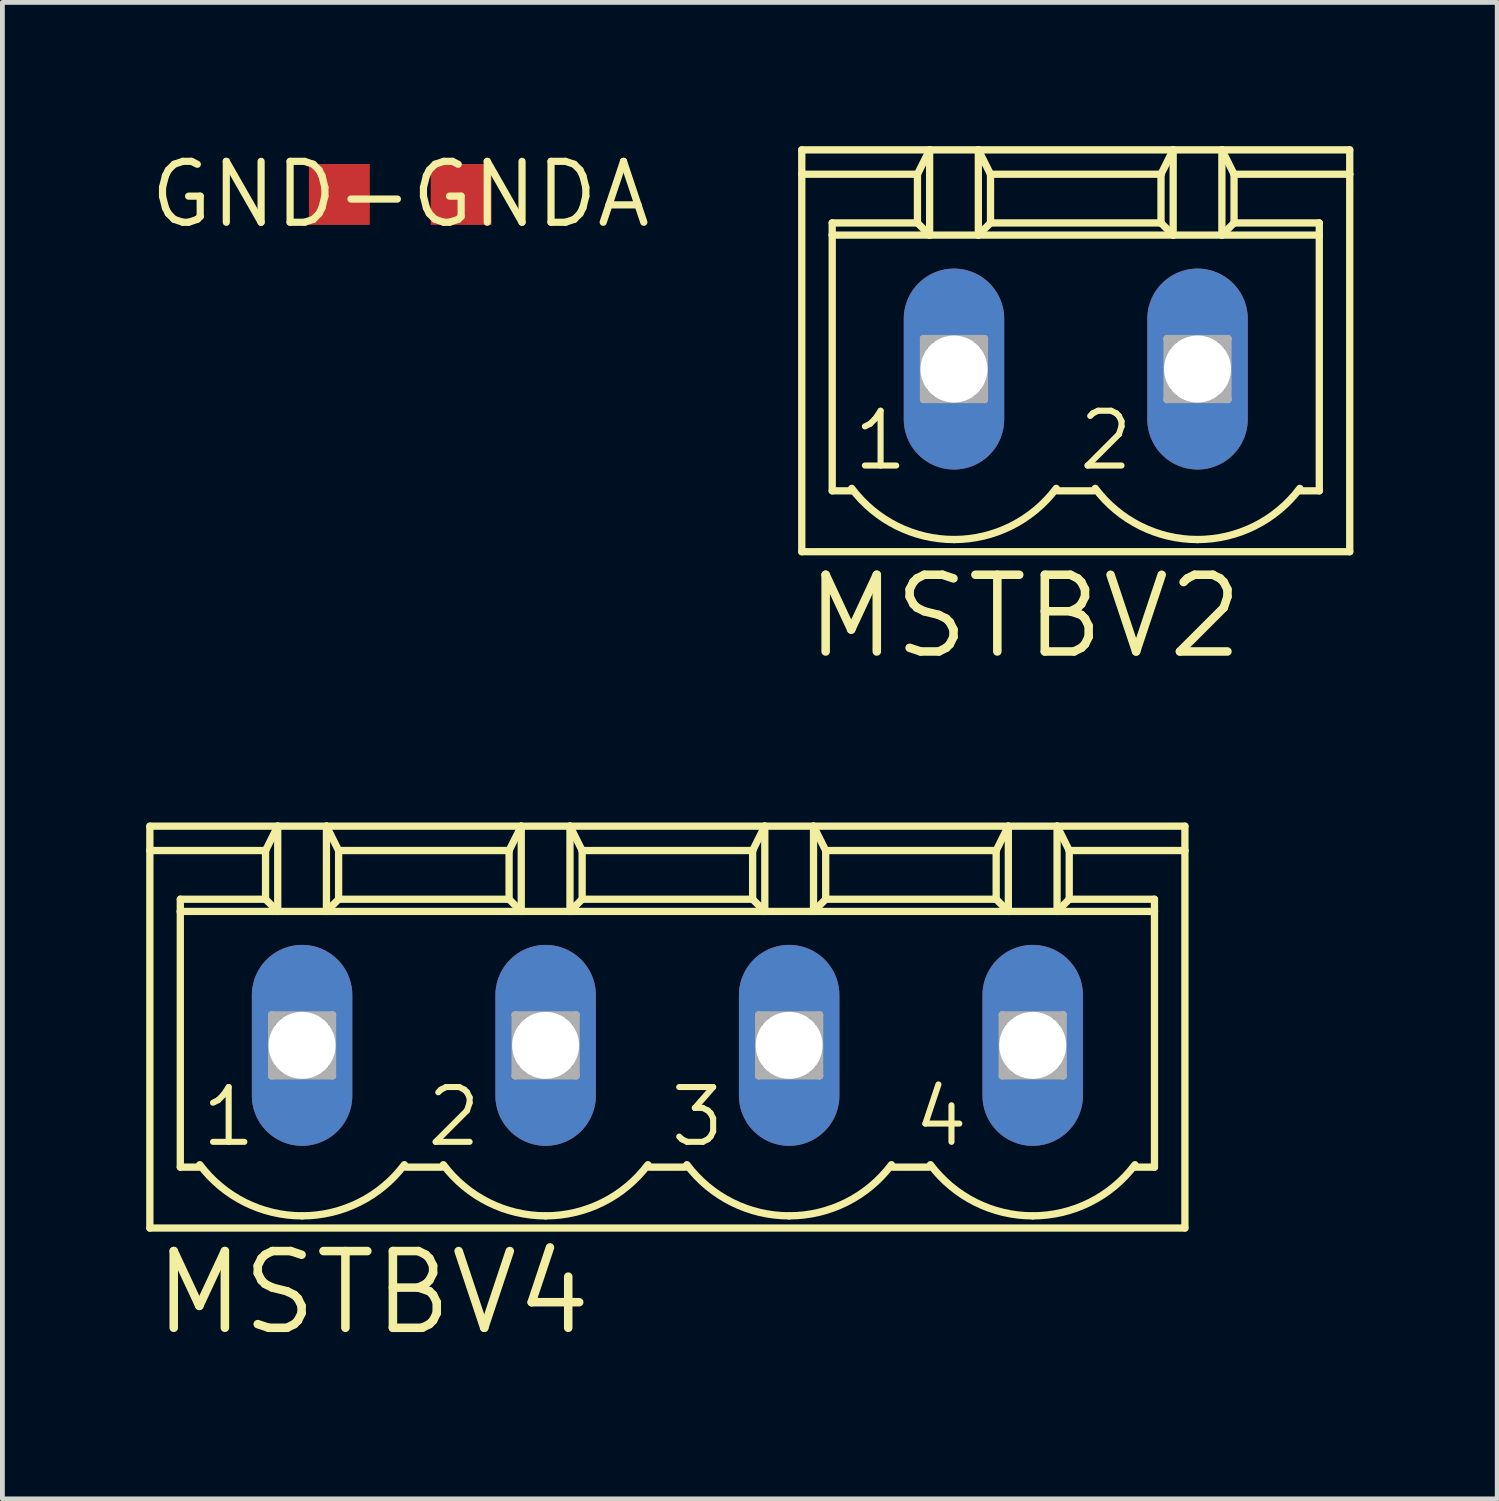
<source format=kicad_pcb>
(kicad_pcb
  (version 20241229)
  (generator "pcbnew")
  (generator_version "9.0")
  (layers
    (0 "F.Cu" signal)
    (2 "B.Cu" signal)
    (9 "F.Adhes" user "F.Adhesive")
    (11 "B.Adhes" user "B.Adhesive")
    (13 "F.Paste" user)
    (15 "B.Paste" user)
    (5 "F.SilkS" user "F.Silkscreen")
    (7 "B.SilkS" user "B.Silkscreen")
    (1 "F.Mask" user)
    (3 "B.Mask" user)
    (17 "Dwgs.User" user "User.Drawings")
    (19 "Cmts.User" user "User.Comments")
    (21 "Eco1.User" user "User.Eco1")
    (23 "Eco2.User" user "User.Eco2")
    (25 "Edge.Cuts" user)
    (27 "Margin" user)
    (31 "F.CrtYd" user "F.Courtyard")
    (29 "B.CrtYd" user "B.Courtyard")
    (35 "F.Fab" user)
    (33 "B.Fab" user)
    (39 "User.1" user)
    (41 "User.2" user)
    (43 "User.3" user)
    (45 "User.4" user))
  (footprint "GND-GNDA"
    (layer "F.Cu")
    (at 5.299 1.006)
    (property "Reference" "GND-GNDA" (at 0 0 0) (layer "F.SilkS") (effects (font (size 1.27 1.27) (thickness 0.15))))
    (pad "GND" smd rect (at -1.27 0) (size 1.27 1.27) (layers "F.Cu" "F.Mask" "F.Paste"))
    (pad "GNDA" smd rect (at 1.27 0) (size 1.27 1.27) (layers "F.Cu" "F.Mask" "F.Paste"))
    (zone (net_name "") (layer "F.Cu") (hatch edge 0.5) (connect_pads) (min_thickness 0.25) (filled_areas_thickness no) (keepout (tracks not_allowed) (vias not_allowed) (pads not_allowed) (copperpour not_allowed) (footprints allowed)) (placement (enabled no)) (fill) (polygon (pts (xy 4.699 1.641) (xy 5.899 1.641) (xy 5.899 0.371) (xy 4.699 0.371)))))
  (footprint "MSTBV4"
    (layer "F.Cu")
    (at 10.871 18.755)
    (property "Reference" "MSTBV4" (at -10.795 6.096 0) (layer "F.SilkS") (effects (font (size 1.6 1.6) (thickness 0.178)) (justify left bottom)))
    (fp_line (start -10.795 -4.572) (end -10.795 -4.064) (stroke (width 0.152) (type solid)) (layer "F.SilkS"))
    (fp_line (start -10.795 -4.572) (end -8.128 -4.572) (stroke (width 0.152) (type solid)) (layer "F.SilkS"))
    (fp_line (start -10.795 -4.064) (end -10.795 3.81) (stroke (width 0.152) (type solid)) (layer "F.SilkS"))
    (fp_line (start -10.795 -4.064) (end -8.382 -4.064) (stroke (width 0.152) (type solid)) (layer "F.SilkS"))
    (fp_line (start -10.795 3.81) (end 10.795 3.81) (stroke (width 0.152) (type solid)) (layer "F.SilkS"))
    (fp_line (start -10.16 -2.794) (end -10.16 -3.048) (stroke (width 0.152) (type solid)) (layer "F.SilkS"))
    (fp_line (start -10.16 -2.794) (end -8.128 -2.794) (stroke (width 0.152) (type solid)) (layer "F.SilkS"))
    (fp_line (start -10.16 2.54) (end -10.16 -2.794) (stroke (width 0.152) (type solid)) (layer "F.SilkS"))
    (fp_line (start -10.16 2.54) (end -9.728 2.54) (stroke (width 0.152) (type solid)) (layer "F.SilkS"))
    (fp_line (start -8.382 -4.064) (end -8.382 -3.048) (stroke (width 0.152) (type solid)) (layer "F.SilkS"))
    (fp_line (start -8.382 -4.064) (end -8.128 -4.572) (stroke (width 0.152) (type solid)) (layer "F.SilkS"))
    (fp_line (start -8.382 -3.048) (end -10.16 -3.048) (stroke (width 0.152) (type solid)) (layer "F.SilkS"))
    (fp_line (start -8.382 -3.048) (end -8.128 -2.794) (stroke (width 0.152) (type solid)) (layer "F.SilkS"))
    (fp_line (start -8.128 -4.572) (end -7.112 -4.572) (stroke (width 0.152) (type solid)) (layer "F.SilkS"))
    (fp_line (start -8.128 -2.794) (end -8.128 -4.572) (stroke (width 0.152) (type solid)) (layer "F.SilkS"))
    (fp_line (start -8.128 -2.794) (end -7.112 -2.794) (stroke (width 0.152) (type solid)) (layer "F.SilkS"))
    (fp_line (start -7.112 -4.572) (end -6.858 -4.064) (stroke (width 0.152) (type solid)) (layer "F.SilkS"))
    (fp_line (start -7.112 -4.572) (end -3.048 -4.572) (stroke (width 0.152) (type solid)) (layer "F.SilkS"))
    (fp_line (start -7.112 -2.794) (end -7.112 -4.572) (stroke (width 0.152) (type solid)) (layer "F.SilkS"))
    (fp_line (start -7.112 -2.794) (end -3.048 -2.794) (stroke (width 0.152) (type solid)) (layer "F.SilkS"))
    (fp_line (start -6.858 -4.064) (end -6.858 -3.048) (stroke (width 0.152) (type solid)) (layer "F.SilkS"))
    (fp_line (start -6.858 -4.064) (end -3.302 -4.064) (stroke (width 0.152) (type solid)) (layer "F.SilkS"))
    (fp_line (start -6.858 -3.048) (end -7.112 -2.794) (stroke (width 0.152) (type solid)) (layer "F.SilkS"))
    (fp_line (start -5.461 2.54) (end -4.699 2.54) (stroke (width 0.152) (type solid)) (layer "F.SilkS"))
    (fp_line (start -3.302 -4.064) (end -3.302 -3.048) (stroke (width 0.152) (type solid)) (layer "F.SilkS"))
    (fp_line (start -3.302 -4.064) (end -3.048 -4.572) (stroke (width 0.152) (type solid)) (layer "F.SilkS"))
    (fp_line (start -3.302 -3.048) (end -6.858 -3.048) (stroke (width 0.152) (type solid)) (layer "F.SilkS"))
    (fp_line (start -3.302 -3.048) (end -3.048 -2.794) (stroke (width 0.152) (type solid)) (layer "F.SilkS"))
    (fp_line (start -3.048 -4.572) (end -2.032 -4.572) (stroke (width 0.152) (type solid)) (layer "F.SilkS"))
    (fp_line (start -3.048 -2.794) (end -3.048 -4.572) (stroke (width 0.152) (type solid)) (layer "F.SilkS"))
    (fp_line (start -3.048 -2.794) (end -2.032 -2.794) (stroke (width 0.152) (type solid)) (layer "F.SilkS"))
    (fp_line (start -2.032 -4.572) (end -1.778 -4.064) (stroke (width 0.152) (type solid)) (layer "F.SilkS"))
    (fp_line (start -2.032 -4.572) (end 2.032 -4.572) (stroke (width 0.152) (type solid)) (layer "F.SilkS"))
    (fp_line (start -2.032 -2.794) (end -2.032 -4.572) (stroke (width 0.152) (type solid)) (layer "F.SilkS"))
    (fp_line (start -2.032 -2.794) (end 2.032 -2.794) (stroke (width 0.152) (type solid)) (layer "F.SilkS"))
    (fp_line (start -1.778 -4.064) (end -1.778 -3.048) (stroke (width 0.152) (type solid)) (layer "F.SilkS"))
    (fp_line (start -1.778 -4.064) (end 1.778 -4.064) (stroke (width 0.152) (type solid)) (layer "F.SilkS"))
    (fp_line (start -1.778 -3.048) (end -2.032 -2.794) (stroke (width 0.152) (type solid)) (layer "F.SilkS"))
    (fp_line (start -0.381 2.54) (end 0.381 2.54) (stroke (width 0.152) (type solid)) (layer "F.SilkS"))
    (fp_line (start 1.778 -4.064) (end 1.778 -3.048) (stroke (width 0.152) (type solid)) (layer "F.SilkS"))
    (fp_line (start 1.778 -4.064) (end 2.032 -4.572) (stroke (width 0.152) (type solid)) (layer "F.SilkS"))
    (fp_line (start 1.778 -3.048) (end -1.778 -3.048) (stroke (width 0.152) (type solid)) (layer "F.SilkS"))
    (fp_line (start 1.778 -3.048) (end 2.032 -2.794) (stroke (width 0.152) (type solid)) (layer "F.SilkS"))
    (fp_line (start 2.032 -4.572) (end 3.048 -4.572) (stroke (width 0.152) (type solid)) (layer "F.SilkS"))
    (fp_line (start 2.032 -2.794) (end 2.032 -4.572) (stroke (width 0.152) (type solid)) (layer "F.SilkS"))
    (fp_line (start 2.032 -2.794) (end 3.048 -2.794) (stroke (width 0.152) (type solid)) (layer "F.SilkS"))
    (fp_line (start 3.048 -4.572) (end 3.302 -4.064) (stroke (width 0.152) (type solid)) (layer "F.SilkS"))
    (fp_line (start 3.048 -4.572) (end 7.112 -4.572) (stroke (width 0.152) (type solid)) (layer "F.SilkS"))
    (fp_line (start 3.048 -2.794) (end 3.048 -4.572) (stroke (width 0.152) (type solid)) (layer "F.SilkS"))
    (fp_line (start 3.048 -2.794) (end 7.112 -2.794) (stroke (width 0.152) (type solid)) (layer "F.SilkS"))
    (fp_line (start 3.302 -4.064) (end 3.302 -3.048) (stroke (width 0.152) (type solid)) (layer "F.SilkS"))
    (fp_line (start 3.302 -4.064) (end 6.858 -4.064) (stroke (width 0.152) (type solid)) (layer "F.SilkS"))
    (fp_line (start 3.302 -3.048) (end 3.048 -2.794) (stroke (width 0.152) (type solid)) (layer "F.SilkS"))
    (fp_line (start 3.302 -3.048) (end 6.858 -3.048) (stroke (width 0.152) (type solid)) (layer "F.SilkS"))
    (fp_line (start 4.699 2.54) (end 5.461 2.54) (stroke (width 0.152) (type solid)) (layer "F.SilkS"))
    (fp_line (start 6.858 -4.064) (end 6.858 -3.048) (stroke (width 0.152) (type solid)) (layer "F.SilkS"))
    (fp_line (start 6.858 -4.064) (end 7.112 -4.572) (stroke (width 0.152) (type solid)) (layer "F.SilkS"))
    (fp_line (start 6.858 -3.048) (end 7.112 -2.794) (stroke (width 0.152) (type solid)) (layer "F.SilkS"))
    (fp_line (start 7.112 -4.572) (end 8.128 -4.572) (stroke (width 0.152) (type solid)) (layer "F.SilkS"))
    (fp_line (start 7.112 -2.794) (end 7.112 -4.572) (stroke (width 0.152) (type solid)) (layer "F.SilkS"))
    (fp_line (start 7.112 -2.794) (end 8.128 -2.794) (stroke (width 0.152) (type solid)) (layer "F.SilkS"))
    (fp_line (start 8.128 -4.572) (end 8.382 -4.064) (stroke (width 0.152) (type solid)) (layer "F.SilkS"))
    (fp_line (start 8.128 -4.572) (end 10.795 -4.572) (stroke (width 0.152) (type solid)) (layer "F.SilkS"))
    (fp_line (start 8.128 -2.794) (end 8.128 -4.572) (stroke (width 0.152) (type solid)) (layer "F.SilkS"))
    (fp_line (start 8.128 -2.794) (end 10.16 -2.794) (stroke (width 0.152) (type solid)) (layer "F.SilkS"))
    (fp_line (start 8.382 -4.064) (end 8.382 -3.048) (stroke (width 0.152) (type solid)) (layer "F.SilkS"))
    (fp_line (start 8.382 -4.064) (end 10.795 -4.064) (stroke (width 0.152) (type solid)) (layer "F.SilkS"))
    (fp_line (start 8.382 -3.048) (end 8.128 -2.794) (stroke (width 0.152) (type solid)) (layer "F.SilkS"))
    (fp_line (start 8.382 -3.048) (end 10.16 -3.048) (stroke (width 0.152) (type solid)) (layer "F.SilkS"))
    (fp_line (start 9.728 2.54) (end 10.16 2.54) (stroke (width 0.152) (type solid)) (layer "F.SilkS"))
    (fp_line (start 10.16 -3.048) (end 10.16 -2.794) (stroke (width 0.152) (type solid)) (layer "F.SilkS"))
    (fp_line (start 10.16 -2.794) (end 10.16 2.54) (stroke (width 0.152) (type solid)) (layer "F.SilkS"))
    (fp_line (start 10.795 -4.064) (end 10.795 -4.572) (stroke (width 0.152) (type solid)) (layer "F.SilkS"))
    (fp_line (start 10.795 3.81) (end 10.795 -4.064) (stroke (width 0.152) (type solid)) (layer "F.SilkS"))
    (fp_arc (start -7.619999 3.556) (mid -8.812718 3.274437) (end -9.7536 2.4892) (stroke (width 0.1524) (type solid)) (layer "F.SilkS"))
    (fp_arc (start -5.486399 2.4892) (mid -6.427281 3.274438) (end -7.62 3.556) (stroke (width 0.1524) (type solid)) (layer "F.SilkS"))
    (fp_arc (start -2.539999 3.556) (mid -3.732718 3.274437) (end -4.6736 2.4892) (stroke (width 0.1524) (type solid)) (layer "F.SilkS"))
    (fp_arc (start -0.406399 2.4892) (mid -1.347281 3.274438) (end -2.54 3.556) (stroke (width 0.1524) (type solid)) (layer "F.SilkS"))
    (fp_arc (start 2.540001 3.556) (mid 1.347282 3.274438) (end 0.4064 2.4892) (stroke (width 0.1524) (type solid)) (layer "F.SilkS"))
    (fp_arc (start 4.6736 2.489199) (mid 3.732719 3.274437) (end 2.54 3.556) (stroke (width 0.1524) (type solid)) (layer "F.SilkS"))
    (fp_arc (start 7.620001 3.556) (mid 6.427282 3.274438) (end 5.4864 2.4892) (stroke (width 0.1524) (type solid)) (layer "F.SilkS"))
    (fp_arc (start 9.7536 2.489199) (mid 8.812719 3.274437) (end 7.62 3.556) (stroke (width 0.1524) (type solid)) (layer "F.SilkS"))
    (fp_line (start -8.255 -0.635) (end -8.255 0.635) (stroke (width 0.152) (type solid)) (layer "F.Fab"))
    (fp_line (start -8.255 -0.635) (end -6.985 0.635) (stroke (width 0.152) (type solid)) (layer "F.Fab"))
    (fp_line (start -8.255 0.635) (end -6.985 -0.635) (stroke (width 0.152) (type solid)) (layer "F.Fab"))
    (fp_line (start -8.255 0.635) (end -6.985 0.635) (stroke (width 0.152) (type solid)) (layer "F.Fab"))
    (fp_line (start -6.985 -0.635) (end -8.255 -0.635) (stroke (width 0.152) (type solid)) (layer "F.Fab"))
    (fp_line (start -6.985 0.635) (end -6.985 -0.635) (stroke (width 0.152) (type solid)) (layer "F.Fab"))
    (fp_line (start -3.175 -0.635) (end -3.175 0.635) (stroke (width 0.152) (type solid)) (layer "F.Fab"))
    (fp_line (start -3.175 -0.635) (end -1.905 0.635) (stroke (width 0.152) (type solid)) (layer "F.Fab"))
    (fp_line (start -3.175 0.635) (end -1.905 -0.635) (stroke (width 0.152) (type solid)) (layer "F.Fab"))
    (fp_line (start -3.175 0.635) (end -1.905 0.635) (stroke (width 0.152) (type solid)) (layer "F.Fab"))
    (fp_line (start -1.905 -0.635) (end -3.175 -0.635) (stroke (width 0.152) (type solid)) (layer "F.Fab"))
    (fp_line (start -1.905 0.635) (end -1.905 -0.635) (stroke (width 0.152) (type solid)) (layer "F.Fab"))
    (fp_line (start 1.905 -0.635) (end 1.905 0.635) (stroke (width 0.152) (type solid)) (layer "F.Fab"))
    (fp_line (start 1.905 -0.635) (end 3.175 0.635) (stroke (width 0.152) (type solid)) (layer "F.Fab"))
    (fp_line (start 1.905 0.635) (end 3.175 -0.635) (stroke (width 0.152) (type solid)) (layer "F.Fab"))
    (fp_line (start 1.905 0.635) (end 3.175 0.635) (stroke (width 0.152) (type solid)) (layer "F.Fab"))
    (fp_line (start 3.175 -0.635) (end 1.905 -0.635) (stroke (width 0.152) (type solid)) (layer "F.Fab"))
    (fp_line (start 3.175 0.635) (end 3.175 -0.635) (stroke (width 0.152) (type solid)) (layer "F.Fab"))
    (fp_line (start 6.985 -0.635) (end 6.985 0.635) (stroke (width 0.152) (type solid)) (layer "F.Fab"))
    (fp_line (start 6.985 -0.635) (end 8.255 0.635) (stroke (width 0.152) (type solid)) (layer "F.Fab"))
    (fp_line (start 6.985 0.635) (end 8.255 -0.635) (stroke (width 0.152) (type solid)) (layer "F.Fab"))
    (fp_line (start 6.985 0.635) (end 8.255 0.635) (stroke (width 0.152) (type solid)) (layer "F.Fab"))
    (fp_line (start 8.255 -0.635) (end 6.985 -0.635) (stroke (width 0.152) (type solid)) (layer "F.Fab"))
    (fp_line (start 8.255 0.635) (end 8.255 -0.635) (stroke (width 0.152) (type solid)) (layer "F.Fab"))
    (fp_text user "3" (at 0 2.159 0) (layer "F.SilkS") (effects (font (size 1.143 1.143) (thickness 0.127)) (justify left bottom)))
    (fp_text user "2" (at -5.08 2.159 0) (layer "F.SilkS") (effects (font (size 1.143 1.143) (thickness 0.127)) (justify left bottom)))
    (fp_text user "4" (at 5.08 2.159 0) (layer "F.SilkS") (effects (font (size 1.143 1.143) (thickness 0.127)) (justify left bottom)))
    (fp_text user "1" (at -9.779 2.159 0) (layer "F.SilkS") (effects (font (size 1.143 1.143) (thickness 0.127)) (justify left bottom)))
    (pad "1" thru_hole oval (at -7.62 0 90) (size 4.191 2.095) (drill 1.397) (layers "*.Cu" "*.Mask"))
    (pad "2" thru_hole oval (at -2.54 0 90) (size 4.191 2.095) (drill 1.397) (layers "*.Cu" "*.Mask"))
    (pad "3" thru_hole oval (at 2.54 0 90) (size 4.191 2.095) (drill 1.397) (layers "*.Cu" "*.Mask"))
    (pad "4" thru_hole oval (at 7.62 0 90) (size 4.191 2.095) (drill 1.397) (layers "*.Cu" "*.Mask")))
  (footprint "MSTBV2"
    (layer "F.Cu")
    (at 19.389 4.648)
    (property "Reference" "MSTBV2" (at -5.715 6.096 0) (layer "F.SilkS") (effects (font (size 1.6 1.6) (thickness 0.178)) (justify left bottom)))
    (fp_line (start -5.715 -4.572) (end -5.715 -4.064) (stroke (width 0.152) (type solid)) (layer "F.SilkS"))
    (fp_line (start -5.715 -4.572) (end -3.048 -4.572) (stroke (width 0.152) (type solid)) (layer "F.SilkS"))
    (fp_line (start -5.715 -4.064) (end -5.715 3.81) (stroke (width 0.152) (type solid)) (layer "F.SilkS"))
    (fp_line (start -5.715 -4.064) (end -3.302 -4.064) (stroke (width 0.152) (type solid)) (layer "F.SilkS"))
    (fp_line (start -5.715 3.81) (end 5.715 3.81) (stroke (width 0.152) (type solid)) (layer "F.SilkS"))
    (fp_line (start -5.08 -2.794) (end -5.08 -3.048) (stroke (width 0.152) (type solid)) (layer "F.SilkS"))
    (fp_line (start -5.08 -2.794) (end -3.048 -2.794) (stroke (width 0.152) (type solid)) (layer "F.SilkS"))
    (fp_line (start -5.08 2.54) (end -5.08 -2.794) (stroke (width 0.152) (type solid)) (layer "F.SilkS"))
    (fp_line (start -5.08 2.54) (end -4.648 2.54) (stroke (width 0.152) (type solid)) (layer "F.SilkS"))
    (fp_line (start -3.302 -4.064) (end -3.302 -3.048) (stroke (width 0.152) (type solid)) (layer "F.SilkS"))
    (fp_line (start -3.302 -4.064) (end -3.048 -4.572) (stroke (width 0.152) (type solid)) (layer "F.SilkS"))
    (fp_line (start -3.302 -3.048) (end -5.08 -3.048) (stroke (width 0.152) (type solid)) (layer "F.SilkS"))
    (fp_line (start -3.302 -3.048) (end -3.048 -2.794) (stroke (width 0.152) (type solid)) (layer "F.SilkS"))
    (fp_line (start -3.048 -4.572) (end -2.032 -4.572) (stroke (width 0.152) (type solid)) (layer "F.SilkS"))
    (fp_line (start -3.048 -2.794) (end -3.048 -4.572) (stroke (width 0.152) (type solid)) (layer "F.SilkS"))
    (fp_line (start -3.048 -2.794) (end -2.032 -2.794) (stroke (width 0.152) (type solid)) (layer "F.SilkS"))
    (fp_line (start -2.032 -4.572) (end -1.778 -4.064) (stroke (width 0.152) (type solid)) (layer "F.SilkS"))
    (fp_line (start -2.032 -4.572) (end 2.032 -4.572) (stroke (width 0.152) (type solid)) (layer "F.SilkS"))
    (fp_line (start -2.032 -2.794) (end -2.032 -4.572) (stroke (width 0.152) (type solid)) (layer "F.SilkS"))
    (fp_line (start -2.032 -2.794) (end 2.032 -2.794) (stroke (width 0.152) (type solid)) (layer "F.SilkS"))
    (fp_line (start -1.778 -4.064) (end -1.778 -3.048) (stroke (width 0.152) (type solid)) (layer "F.SilkS"))
    (fp_line (start -1.778 -4.064) (end 1.778 -4.064) (stroke (width 0.152) (type solid)) (layer "F.SilkS"))
    (fp_line (start -1.778 -3.048) (end -2.032 -2.794) (stroke (width 0.152) (type solid)) (layer "F.SilkS"))
    (fp_line (start -0.381 2.54) (end 0.381 2.54) (stroke (width 0.152) (type solid)) (layer "F.SilkS"))
    (fp_line (start 1.778 -4.064) (end 1.778 -3.048) (stroke (width 0.152) (type solid)) (layer "F.SilkS"))
    (fp_line (start 1.778 -4.064) (end 2.032 -4.572) (stroke (width 0.152) (type solid)) (layer "F.SilkS"))
    (fp_line (start 1.778 -3.048) (end -1.778 -3.048) (stroke (width 0.152) (type solid)) (layer "F.SilkS"))
    (fp_line (start 1.778 -3.048) (end 2.032 -2.794) (stroke (width 0.152) (type solid)) (layer "F.SilkS"))
    (fp_line (start 2.032 -4.572) (end 3.048 -4.572) (stroke (width 0.152) (type solid)) (layer "F.SilkS"))
    (fp_line (start 2.032 -2.794) (end 2.032 -4.572) (stroke (width 0.152) (type solid)) (layer "F.SilkS"))
    (fp_line (start 2.032 -2.794) (end 3.048 -2.794) (stroke (width 0.152) (type solid)) (layer "F.SilkS"))
    (fp_line (start 3.048 -4.572) (end 3.302 -4.064) (stroke (width 0.152) (type solid)) (layer "F.SilkS"))
    (fp_line (start 3.048 -4.572) (end 5.715 -4.572) (stroke (width 0.152) (type solid)) (layer "F.SilkS"))
    (fp_line (start 3.048 -2.794) (end 3.048 -4.572) (stroke (width 0.152) (type solid)) (layer "F.SilkS"))
    (fp_line (start 3.048 -2.794) (end 5.08 -2.794) (stroke (width 0.152) (type solid)) (layer "F.SilkS"))
    (fp_line (start 3.302 -4.064) (end 3.302 -3.048) (stroke (width 0.152) (type solid)) (layer "F.SilkS"))
    (fp_line (start 3.302 -4.064) (end 5.715 -4.064) (stroke (width 0.152) (type solid)) (layer "F.SilkS"))
    (fp_line (start 3.302 -3.048) (end 3.048 -2.794) (stroke (width 0.152) (type solid)) (layer "F.SilkS"))
    (fp_line (start 3.302 -3.048) (end 5.08 -3.048) (stroke (width 0.152) (type solid)) (layer "F.SilkS"))
    (fp_line (start 4.648 2.54) (end 5.08 2.54) (stroke (width 0.152) (type solid)) (layer "F.SilkS"))
    (fp_line (start 5.08 -3.048) (end 5.08 -2.794) (stroke (width 0.152) (type solid)) (layer "F.SilkS"))
    (fp_line (start 5.08 -2.794) (end 5.08 2.54) (stroke (width 0.152) (type solid)) (layer "F.SilkS"))
    (fp_line (start 5.715 -4.064) (end 5.715 -4.572) (stroke (width 0.152) (type solid)) (layer "F.SilkS"))
    (fp_line (start 5.715 3.81) (end 5.715 -4.064) (stroke (width 0.152) (type solid)) (layer "F.SilkS"))
    (fp_arc (start -2.539999 3.556) (mid -3.732718 3.274437) (end -4.6736 2.4892) (stroke (width 0.1524) (type solid)) (layer "F.SilkS"))
    (fp_arc (start -0.406399 2.4892) (mid -1.347281 3.274438) (end -2.54 3.556) (stroke (width 0.1524) (type solid)) (layer "F.SilkS"))
    (fp_arc (start 2.540001 3.556) (mid 1.347282 3.274438) (end 0.4064 2.4892) (stroke (width 0.1524) (type solid)) (layer "F.SilkS"))
    (fp_arc (start 4.6736 2.489199) (mid 3.732719 3.274437) (end 2.54 3.556) (stroke (width 0.1524) (type solid)) (layer "F.SilkS"))
    (fp_line (start -3.175 -0.635) (end -3.175 0.635) (stroke (width 0.152) (type solid)) (layer "F.Fab"))
    (fp_line (start -3.175 -0.635) (end -1.905 0.635) (stroke (width 0.152) (type solid)) (layer "F.Fab"))
    (fp_line (start -3.175 0.635) (end -1.905 -0.635) (stroke (width 0.152) (type solid)) (layer "F.Fab"))
    (fp_line (start -3.175 0.635) (end -1.905 0.635) (stroke (width 0.152) (type solid)) (layer "F.Fab"))
    (fp_line (start -1.905 -0.635) (end -3.175 -0.635) (stroke (width 0.152) (type solid)) (layer "F.Fab"))
    (fp_line (start -1.905 0.635) (end -1.905 -0.635) (stroke (width 0.152) (type solid)) (layer "F.Fab"))
    (fp_line (start 1.905 -0.635) (end 1.905 0.635) (stroke (width 0.152) (type solid)) (layer "F.Fab"))
    (fp_line (start 1.905 -0.635) (end 3.175 0.635) (stroke (width 0.152) (type solid)) (layer "F.Fab"))
    (fp_line (start 1.905 0.635) (end 3.175 -0.635) (stroke (width 0.152) (type solid)) (layer "F.Fab"))
    (fp_line (start 1.905 0.635) (end 3.175 0.635) (stroke (width 0.152) (type solid)) (layer "F.Fab"))
    (fp_line (start 3.175 -0.635) (end 1.905 -0.635) (stroke (width 0.152) (type solid)) (layer "F.Fab"))
    (fp_line (start 3.175 0.635) (end 3.175 -0.635) (stroke (width 0.152) (type solid)) (layer "F.Fab"))
    (fp_text user "1" (at -4.699 2.159 0) (layer "F.SilkS") (effects (font (size 1.143 1.143) (thickness 0.127)) (justify left bottom)))
    (fp_text user "2" (at 0 2.159 0) (layer "F.SilkS") (effects (font (size 1.143 1.143) (thickness 0.127)) (justify left bottom)))
    (pad "1" thru_hole oval (at -2.54 0 90) (size 4.191 2.095) (drill 1.397) (layers "*.Cu" "*.Mask"))
    (pad "2" thru_hole oval (at 2.54 0 90) (size 4.191 2.095) (drill 1.397) (layers "*.Cu" "*.Mask")))
  (gr_rect
    (start -3 -3)
    (end 28.18 28.214)
    (stroke (width 0.1) (type default))
    (fill no)
    (layer "Edge.Cuts")))
</source>
